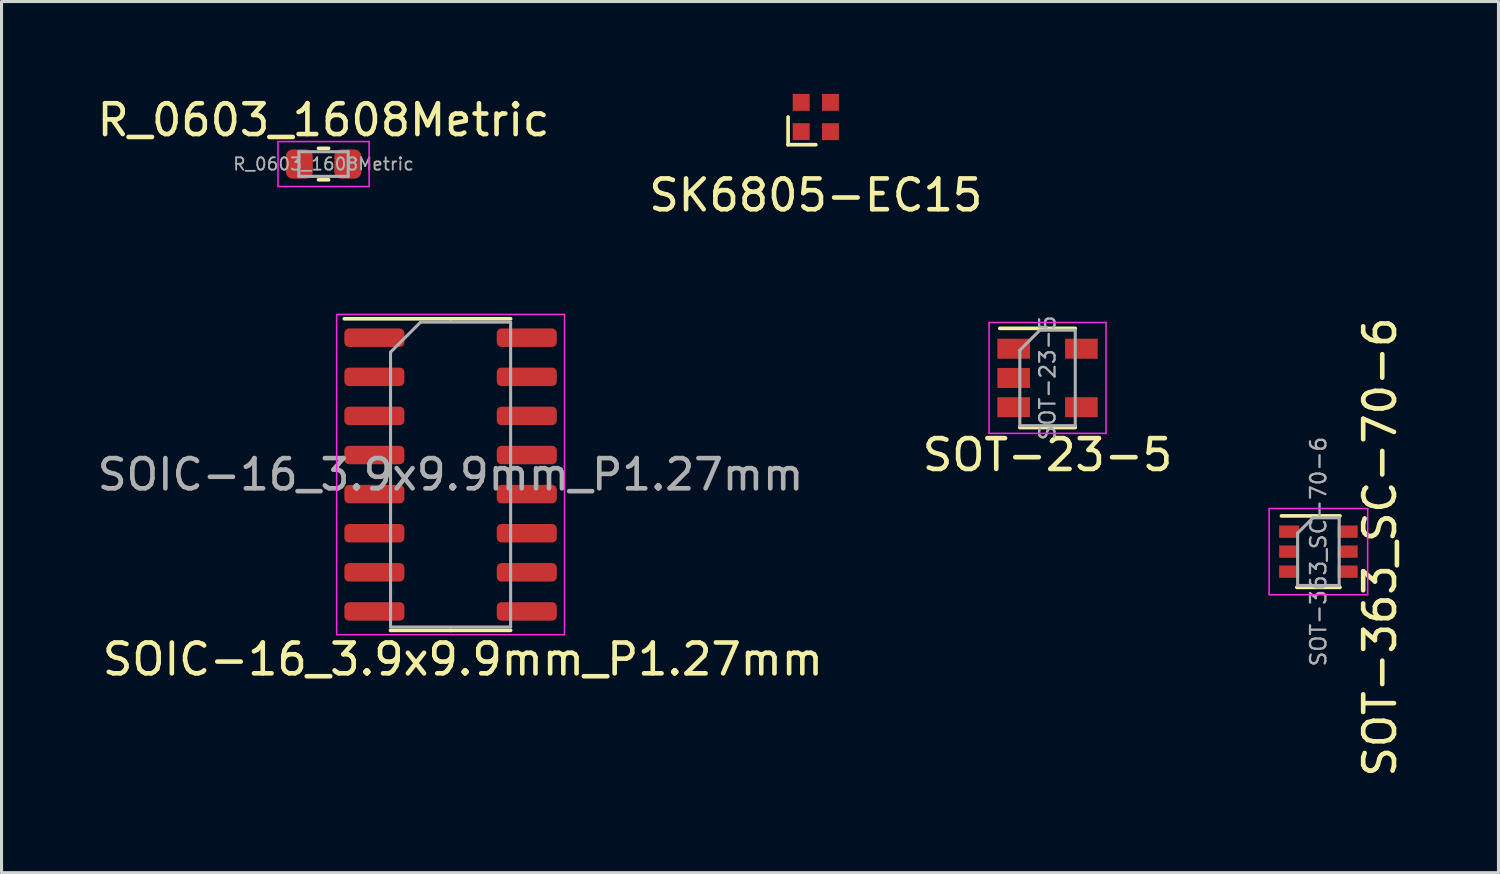
<source format=kicad_pcb>
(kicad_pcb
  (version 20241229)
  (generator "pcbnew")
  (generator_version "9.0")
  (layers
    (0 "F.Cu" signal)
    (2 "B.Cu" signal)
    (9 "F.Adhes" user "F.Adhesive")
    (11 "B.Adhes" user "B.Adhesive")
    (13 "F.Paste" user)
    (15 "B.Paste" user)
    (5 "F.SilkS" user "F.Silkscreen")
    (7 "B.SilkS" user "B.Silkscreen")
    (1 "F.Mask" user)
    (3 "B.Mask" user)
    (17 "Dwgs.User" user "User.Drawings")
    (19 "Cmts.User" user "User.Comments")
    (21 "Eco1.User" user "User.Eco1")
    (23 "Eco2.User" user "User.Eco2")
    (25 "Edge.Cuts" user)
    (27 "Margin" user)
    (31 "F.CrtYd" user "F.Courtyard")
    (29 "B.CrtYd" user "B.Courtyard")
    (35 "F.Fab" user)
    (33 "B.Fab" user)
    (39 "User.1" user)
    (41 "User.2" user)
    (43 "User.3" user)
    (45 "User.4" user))
  (footprint "SOIC-16_3.9x9.9mm_P1.27mm"
    (layer "F.Cu")
    (at 11.584 12.363)
    (property "Reference" "SOIC-16_3.9x9.9mm_P1.27mm" (at 0.4 6 0) (layer "F.SilkS") (effects (font (size 1 1) (thickness 0.15))))
    (attr smd)
    (fp_line (start 0 -5.06) (end -3.45 -5.06) (stroke (width 0.12) (type solid)) (layer "F.SilkS"))
    (fp_line (start 0 -5.06) (end 1.95 -5.06) (stroke (width 0.12) (type solid)) (layer "F.SilkS"))
    (fp_line (start 0 5.06) (end -1.95 5.06) (stroke (width 0.12) (type solid)) (layer "F.SilkS"))
    (fp_line (start 0 5.06) (end 1.95 5.06) (stroke (width 0.12) (type solid)) (layer "F.SilkS"))
    (fp_line (start -3.7 -5.2) (end -3.7 5.2) (stroke (width 0.05) (type solid)) (layer "F.CrtYd"))
    (fp_line (start -3.7 5.2) (end 3.7 5.2) (stroke (width 0.05) (type solid)) (layer "F.CrtYd"))
    (fp_line (start 3.7 -5.2) (end -3.7 -5.2) (stroke (width 0.05) (type solid)) (layer "F.CrtYd"))
    (fp_line (start 3.7 5.2) (end 3.7 -5.2) (stroke (width 0.05) (type solid)) (layer "F.CrtYd"))
    (fp_line (start -1.95 -3.975) (end -0.975 -4.95) (stroke (width 0.1) (type solid)) (layer "F.Fab"))
    (fp_line (start -1.95 4.95) (end -1.95 -3.975) (stroke (width 0.1) (type solid)) (layer "F.Fab"))
    (fp_line (start -0.975 -4.95) (end 1.95 -4.95) (stroke (width 0.1) (type solid)) (layer "F.Fab"))
    (fp_line (start 1.95 -4.95) (end 1.95 4.95) (stroke (width 0.1) (type solid)) (layer "F.Fab"))
    (fp_line (start 1.95 4.95) (end -1.95 4.95) (stroke (width 0.1) (type solid)) (layer "F.Fab"))
    (fp_text user "${REFERENCE}" (at 0 0 0) (layer "F.Fab") (effects (font (size 0.98 0.98) (thickness 0.15))))
    (pad "1" smd roundrect (at -2.475 -4.445) (size 1.95 0.6) (layers "F.Cu" "F.Mask" "F.Paste") (roundrect_rratio 0.25))
    (pad "2" smd roundrect (at -2.475 -3.175) (size 1.95 0.6) (layers "F.Cu" "F.Mask" "F.Paste") (roundrect_rratio 0.25))
    (pad "3" smd roundrect (at -2.475 -1.905) (size 1.95 0.6) (layers "F.Cu" "F.Mask" "F.Paste") (roundrect_rratio 0.25))
    (pad "4" smd roundrect (at -2.475 -0.635) (size 1.95 0.6) (layers "F.Cu" "F.Mask" "F.Paste") (roundrect_rratio 0.25))
    (pad "5" smd roundrect (at -2.475 0.635) (size 1.95 0.6) (layers "F.Cu" "F.Mask" "F.Paste") (roundrect_rratio 0.25))
    (pad "6" smd roundrect (at -2.475 1.905) (size 1.95 0.6) (layers "F.Cu" "F.Mask" "F.Paste") (roundrect_rratio 0.25))
    (pad "7" smd roundrect (at -2.475 3.175) (size 1.95 0.6) (layers "F.Cu" "F.Mask" "F.Paste") (roundrect_rratio 0.25))
    (pad "8" smd roundrect (at -2.475 4.445) (size 1.95 0.6) (layers "F.Cu" "F.Mask" "F.Paste") (roundrect_rratio 0.25))
    (pad "9" smd roundrect (at 2.475 4.445) (size 1.95 0.6) (layers "F.Cu" "F.Mask" "F.Paste") (roundrect_rratio 0.25))
    (pad "10" smd roundrect (at 2.475 3.175) (size 1.95 0.6) (layers "F.Cu" "F.Mask" "F.Paste") (roundrect_rratio 0.25))
    (pad "11" smd roundrect (at 2.475 1.905) (size 1.95 0.6) (layers "F.Cu" "F.Mask" "F.Paste") (roundrect_rratio 0.25))
    (pad "12" smd roundrect (at 2.475 0.635) (size 1.95 0.6) (layers "F.Cu" "F.Mask" "F.Paste") (roundrect_rratio 0.25))
    (pad "13" smd roundrect (at 2.475 -0.635) (size 1.95 0.6) (layers "F.Cu" "F.Mask" "F.Paste") (roundrect_rratio 0.25))
    (pad "14" smd roundrect (at 2.475 -1.905) (size 1.95 0.6) (layers "F.Cu" "F.Mask" "F.Paste") (roundrect_rratio 0.25))
    (pad "15" smd roundrect (at 2.475 -3.175) (size 1.95 0.6) (layers "F.Cu" "F.Mask" "F.Paste") (roundrect_rratio 0.25))
    (pad "16" smd roundrect (at 2.475 -4.445) (size 1.95 0.6) (layers "F.Cu" "F.Mask" "F.Paste") (roundrect_rratio 0.25)))
  (footprint "R_0603_1608Metric"
    (layer "F.Cu")
    (at 7.458 2.278)
    (property "Reference" "R_0603_1608Metric" (at 0 -1.43 0) (layer "F.SilkS") (effects (font (size 1 1) (thickness 0.15))))
    (attr smd)
    (fp_line (start -0.163 -0.51) (end 0.163 -0.51) (stroke (width 0.12) (type solid)) (layer "F.SilkS"))
    (fp_line (start -0.163 0.51) (end 0.163 0.51) (stroke (width 0.12) (type solid)) (layer "F.SilkS"))
    (fp_line (start -1.48 -0.73) (end 1.48 -0.73) (stroke (width 0.05) (type solid)) (layer "F.CrtYd"))
    (fp_line (start -1.48 0.73) (end -1.48 -0.73) (stroke (width 0.05) (type solid)) (layer "F.CrtYd"))
    (fp_line (start 1.48 -0.73) (end 1.48 0.73) (stroke (width 0.05) (type solid)) (layer "F.CrtYd"))
    (fp_line (start 1.48 0.73) (end -1.48 0.73) (stroke (width 0.05) (type solid)) (layer "F.CrtYd"))
    (fp_line (start -0.8 -0.4) (end 0.8 -0.4) (stroke (width 0.1) (type solid)) (layer "F.Fab"))
    (fp_line (start -0.8 0.4) (end -0.8 -0.4) (stroke (width 0.1) (type solid)) (layer "F.Fab"))
    (fp_line (start 0.8 -0.4) (end 0.8 0.4) (stroke (width 0.1) (type solid)) (layer "F.Fab"))
    (fp_line (start 0.8 0.4) (end -0.8 0.4) (stroke (width 0.1) (type solid)) (layer "F.Fab"))
    (fp_text user "${REFERENCE}" (at 0 0 0) (layer "F.Fab") (effects (font (size 0.4 0.4) (thickness 0.06))))
    (pad "1" smd roundrect (at -0.787 0) (size 0.875 0.95) (layers "F.Cu" "F.Mask" "F.Paste") (roundrect_rratio 0.25))
    (pad "2" smd roundrect (at 0.787 0) (size 0.875 0.95) (layers "F.Cu" "F.Mask" "F.Paste") (roundrect_rratio 0.25)))
  (footprint "SOT-23-5"
    (layer "F.Cu")
    (at 30.972 9.225)
    (property "Reference" "SOT-23-5" (at 0 2.5 0) (layer "F.SilkS") (effects (font (size 1 1) (thickness 0.15))))
    (attr smd)
    (fp_line (start -0.9 1.61) (end 0.9 1.61) (stroke (width 0.12) (type solid)) (layer "F.SilkS"))
    (fp_line (start 0.9 -1.61) (end -1.55 -1.61) (stroke (width 0.12) (type solid)) (layer "F.SilkS"))
    (fp_line (start -1.9 -1.8) (end 1.9 -1.8) (stroke (width 0.05) (type solid)) (layer "F.CrtYd"))
    (fp_line (start -1.9 1.8) (end -1.9 -1.8) (stroke (width 0.05) (type solid)) (layer "F.CrtYd"))
    (fp_line (start 1.9 -1.8) (end 1.9 1.8) (stroke (width 0.05) (type solid)) (layer "F.CrtYd"))
    (fp_line (start 1.9 1.8) (end -1.9 1.8) (stroke (width 0.05) (type solid)) (layer "F.CrtYd"))
    (fp_line (start -0.9 -0.9) (end -0.9 1.55) (stroke (width 0.1) (type solid)) (layer "F.Fab"))
    (fp_line (start -0.9 -0.9) (end -0.25 -1.55) (stroke (width 0.1) (type solid)) (layer "F.Fab"))
    (fp_line (start 0.9 -1.55) (end -0.25 -1.55) (stroke (width 0.1) (type solid)) (layer "F.Fab"))
    (fp_line (start 0.9 -1.55) (end 0.9 1.55) (stroke (width 0.1) (type solid)) (layer "F.Fab"))
    (fp_line (start 0.9 1.55) (end -0.9 1.55) (stroke (width 0.1) (type solid)) (layer "F.Fab"))
    (fp_text user "${REFERENCE}" (at 0 0 270) (layer "F.Fab") (effects (font (size 0.5 0.5) (thickness 0.075))))
    (pad "1" smd rect (at -1.1 -0.95) (size 1.06 0.65) (layers "F.Cu" "F.Mask" "F.Paste"))
    (pad "2" smd rect (at -1.1 0) (size 1.06 0.65) (layers "F.Cu" "F.Mask" "F.Paste"))
    (pad "3" smd rect (at -1.1 0.95) (size 1.06 0.65) (layers "F.Cu" "F.Mask" "F.Paste"))
    (pad "4" smd rect (at 1.1 0.95) (size 1.06 0.65) (layers "F.Cu" "F.Mask" "F.Paste"))
    (pad "5" smd rect (at 1.1 -0.95) (size 1.06 0.65) (layers "F.Cu" "F.Mask" "F.Paste")))
  (footprint "SK6805-EC15"
    (layer "F.Cu")
    (at 23.446 0.75)
    (property "Reference" "SK6805-EC15" (at 0 2.54 0) (layer "F.SilkS") (effects (font (size 1 1) (thickness 0.15))))
    (attr through_hole)
    (fp_line (start -0.9 0.9) (end -0.9 0) (stroke (width 0.12) (type solid)) (layer "F.SilkS"))
    (fp_line (start 0 0.9) (end -0.9 0.9) (stroke (width 0.12) (type solid)) (layer "F.SilkS"))
    (pad "1" smd rect (at -0.475 0.475) (size 0.55 0.55) (layers "F.Cu" "F.Mask" "F.Paste"))
    (pad "2" smd rect (at 0.475 0.475) (size 0.55 0.55) (layers "F.Cu" "F.Mask" "F.Paste"))
    (pad "3" smd rect (at 0.475 -0.475) (size 0.55 0.55) (layers "F.Cu" "F.Mask" "F.Paste"))
    (pad "4" smd rect (at -0.475 -0.475) (size 0.55 0.55) (layers "F.Cu" "F.Mask" "F.Paste")))
  (footprint "SOT-363_SC-70-6"
    (layer "F.Cu")
    (at 39.769 14.866)
    (property "Reference" "SOT-363_SC-70-6" (at 2 -0.15 90) (layer "F.SilkS") (effects (font (size 1 1) (thickness 0.15))))
    (attr smd)
    (fp_line (start -0.7 1.16) (end 0.7 1.16) (stroke (width 0.12) (type solid)) (layer "F.SilkS"))
    (fp_line (start 0.7 -1.16) (end -1.2 -1.16) (stroke (width 0.12) (type solid)) (layer "F.SilkS"))
    (fp_line (start -1.6 -1.4) (end -1.6 1.4) (stroke (width 0.05) (type solid)) (layer "F.CrtYd"))
    (fp_line (start -1.6 -1.4) (end 1.6 -1.4) (stroke (width 0.05) (type solid)) (layer "F.CrtYd"))
    (fp_line (start -1.6 1.4) (end 1.6 1.4) (stroke (width 0.05) (type solid)) (layer "F.CrtYd"))
    (fp_line (start 1.6 1.4) (end 1.6 -1.4) (stroke (width 0.05) (type solid)) (layer "F.CrtYd"))
    (fp_line (start -0.675 -0.6) (end -0.675 1.1) (stroke (width 0.1) (type solid)) (layer "F.Fab"))
    (fp_line (start -0.175 -1.1) (end -0.675 -0.6) (stroke (width 0.1) (type solid)) (layer "F.Fab"))
    (fp_line (start 0.675 -1.1) (end -0.175 -1.1) (stroke (width 0.1) (type solid)) (layer "F.Fab"))
    (fp_line (start 0.675 -1.1) (end 0.675 1.1) (stroke (width 0.1) (type solid)) (layer "F.Fab"))
    (fp_line (start 0.675 1.1) (end -0.675 1.1) (stroke (width 0.1) (type solid)) (layer "F.Fab"))
    (fp_text user "${REFERENCE}" (at 0 0 270) (layer "F.Fab") (effects (font (size 0.5 0.5) (thickness 0.075))))
    (pad "1" smd rect (at -0.95 -0.65) (size 0.65 0.4) (layers "F.Cu" "F.Mask" "F.Paste"))
    (pad "2" smd rect (at -0.95 0) (size 0.65 0.4) (layers "F.Cu" "F.Mask" "F.Paste"))
    (pad "3" smd rect (at -0.95 0.65) (size 0.65 0.4) (layers "F.Cu" "F.Mask" "F.Paste"))
    (pad "4" smd rect (at 0.95 0.65) (size 0.65 0.4) (layers "F.Cu" "F.Mask" "F.Paste"))
    (pad "5" smd rect (at 0.95 0) (size 0.65 0.4) (layers "F.Cu" "F.Mask" "F.Paste"))
    (pad "6" smd rect (at 0.95 -0.65) (size 0.65 0.4) (layers "F.Cu" "F.Mask" "F.Paste")))
  (gr_rect
    (start -3 -3)
    (end 45.618 25.293)
    (stroke (width 0.1) (type default))
    (fill no)
    (layer "Edge.Cuts")))
</source>
